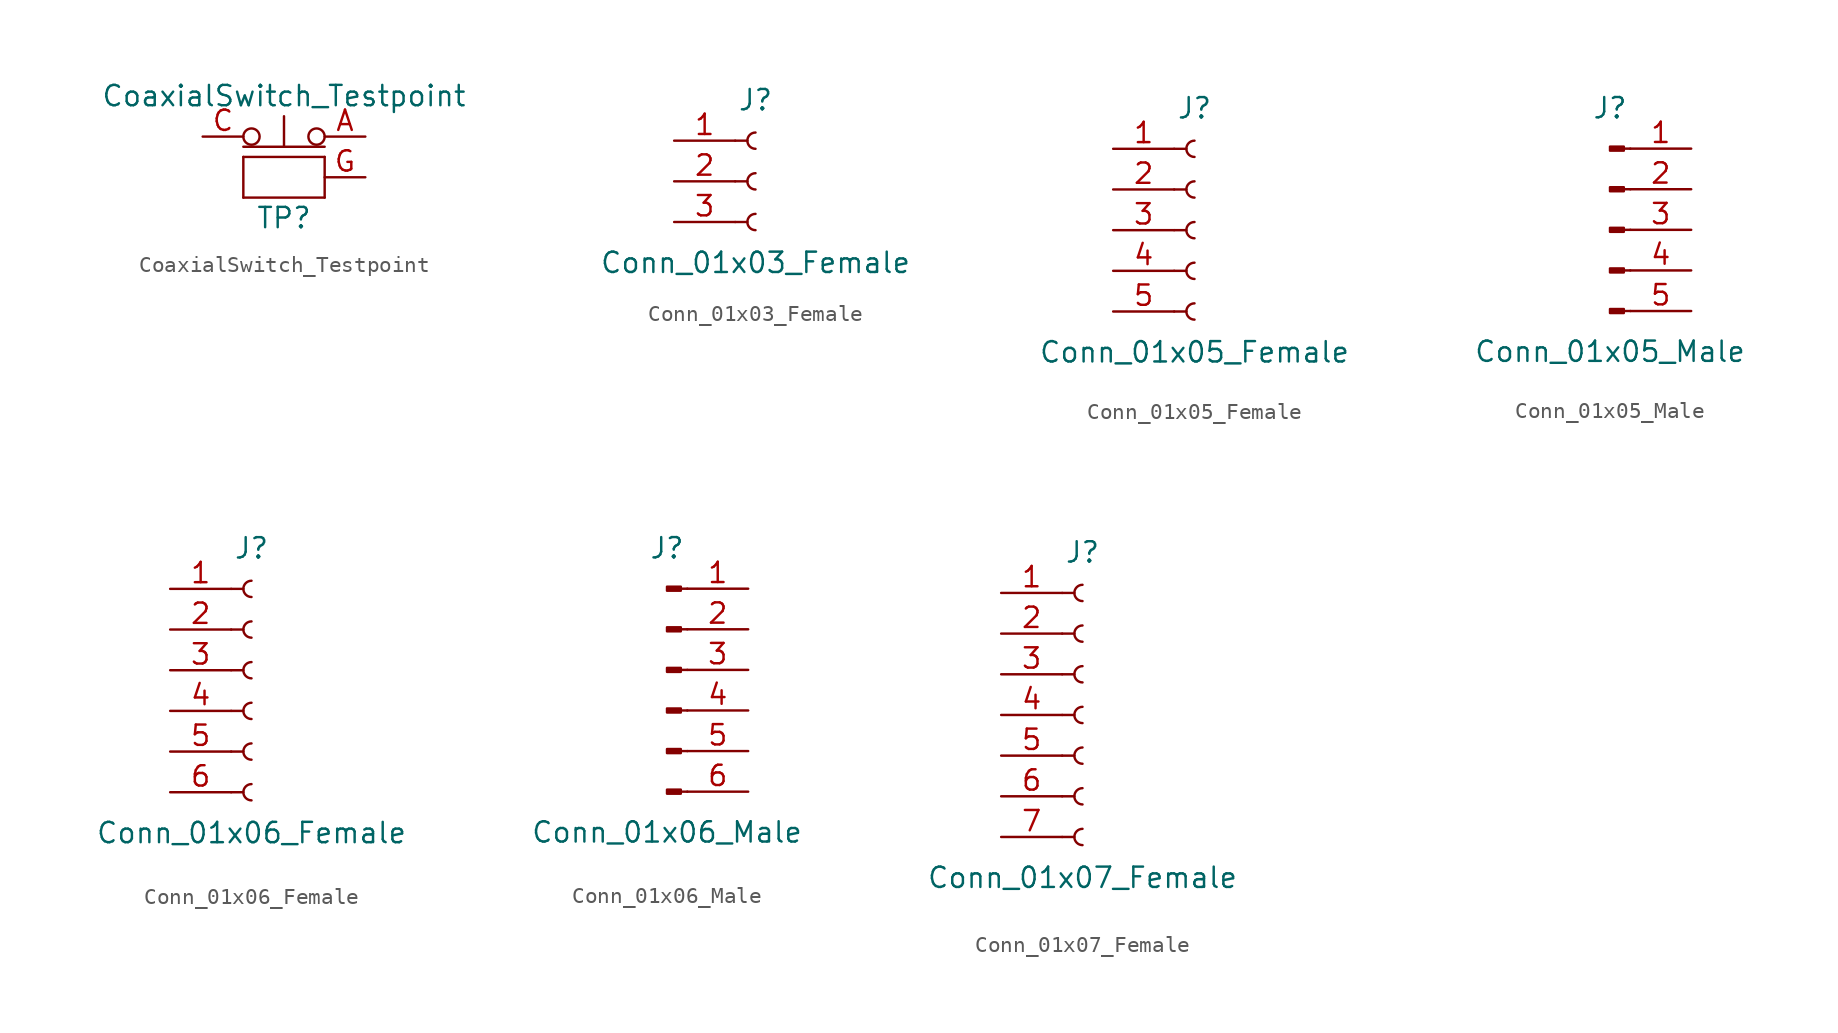
<source format=kicad_sym>
(kicad_symbol_lib
  (version 20220914)
  (generator kicad_symbol_editor)
  (symbol "CoaxialSwitch_Testpoint"
    (pin_names
      (offset 1.016) hide)
    (property "Reference" "TP"
      (at 0 -3.81 0)
      (effects (font (size 1.27 1.27))))
    (property "Value" "CoaxialSwitch_Testpoint"
      (at 0 3.81 0)
      (effects (font (size 1.27 1.27))))
    (symbol "CoaxialSwitch_Testpoint_0_1"
      (rectangle (start -2.54 -2.54) (end 2.54 -2.54) (stroke (width 0) (type solid)) (fill (type none)))
      (rectangle (start -2.54 0) (end -2.54 -2.54) (stroke (width 0) (type solid)) (fill (type none)))
      (rectangle (start 2.54 0) (end -2.54 0) (stroke (width 0) (type solid)) (fill (type none)))
      (rectangle (start 2.54 0) (end 2.54 -2.54) (stroke (width 0) (type solid)) (fill (type none))))
    (symbol "CoaxialSwitch_Testpoint_1_1"
      (circle (center -2.032 1.27) (radius 0.508) (stroke (width 0) (type solid)) (fill (type none)))
      (polyline (pts (xy -2.54 0.635) (xy 2.54 0.635)) (stroke (width 0) (type solid)) (fill (type none)))
      (polyline (pts (xy 0 0.635) (xy 0 2.54)) (stroke (width 0) (type solid)) (fill (type none)))
      (circle (center 2.032 1.27) (radius 0.508) (stroke (width 0) (type solid)) (fill (type none)))
      (pin passive line (at 5.08 1.27 180) (length 2.54) (name "A" (effects (font (size 1.27 1.27)))) (number "A" (effects (font (size 1.27 1.27)))))
      (pin passive line (at -5.08 1.27 0) (length 2.54) (name "C" (effects (font (size 1.27 1.27)))) (number "C" (effects (font (size 1.27 1.27)))))
      (pin passive line (at 5.08 -1.27 180) (length 2.54) (name "G" (effects (font (size 1.27 1.27)))) (number "G" (effects (font (size 1.27 1.27)))))))
  (symbol "Conn_01x03_Female"
    (pin_names
      (offset 1.016) hide)
    (property "Reference" "J"
      (at 0 5.08 0)
      (effects (font (size 1.27 1.27))))
    (property "Value" "Conn_01x03_Female"
      (at 0 -5.08 0)
      (effects (font (size 1.27 1.27))))
    (symbol "Conn_01x03_Female_1_1"
      (arc (start 0 -2.032) (mid -0.5058 -2.54) (end 0 -3.048) (stroke (width 0.1524) (type solid)) (fill (type none)))
      (polyline (pts (xy -1.27 -2.54) (xy -0.508 -2.54)) (stroke (width 0.152) (type solid)) (fill (type none)))
      (polyline (pts (xy -1.27 0) (xy -0.508 0)) (stroke (width 0.152) (type solid)) (fill (type none)))
      (polyline (pts (xy -1.27 2.54) (xy -0.508 2.54)) (stroke (width 0.152) (type solid)) (fill (type none)))
      (arc (start 0 0.508) (mid -0.5058 0) (end 0 -0.508) (stroke (width 0.1524) (type solid)) (fill (type none)))
      (arc (start 0 3.048) (mid -0.5058 2.54) (end 0 2.032) (stroke (width 0.1524) (type solid)) (fill (type none)))
      (pin passive line (at -5.08 2.54 0) (length 3.81) (name "Pin_1" (effects (font (size 1.27 1.27)))) (number "1" (effects (font (size 1.27 1.27)))))
      (pin passive line (at -5.08 0 0) (length 3.81) (name "Pin_2" (effects (font (size 1.27 1.27)))) (number "2" (effects (font (size 1.27 1.27)))))
      (pin passive line (at -5.08 -2.54 0) (length 3.81) (name "Pin_3" (effects (font (size 1.27 1.27)))) (number "3" (effects (font (size 1.27 1.27)))))))
  (symbol "Conn_01x05_Female"
    (pin_names
      (offset 1.016) hide)
    (property "Reference" "J"
      (at 0 7.62 0)
      (effects (font (size 1.27 1.27))))
    (property "Value" "Conn_01x05_Female"
      (at 0 -7.62 0)
      (effects (font (size 1.27 1.27))))
    (symbol "Conn_01x05_Female_1_1"
      (arc (start 0 -4.572) (mid -0.5058 -5.08) (end 0 -5.588) (stroke (width 0.1524) (type solid)) (fill (type none)))
      (arc (start 0 -2.032) (mid -0.5058 -2.54) (end 0 -3.048) (stroke (width 0.1524) (type solid)) (fill (type none)))
      (polyline (pts (xy -1.27 -5.08) (xy -0.508 -5.08)) (stroke (width 0.152) (type solid)) (fill (type none)))
      (polyline (pts (xy -1.27 -2.54) (xy -0.508 -2.54)) (stroke (width 0.152) (type solid)) (fill (type none)))
      (polyline (pts (xy -1.27 0) (xy -0.508 0)) (stroke (width 0.152) (type solid)) (fill (type none)))
      (polyline (pts (xy -1.27 2.54) (xy -0.508 2.54)) (stroke (width 0.152) (type solid)) (fill (type none)))
      (polyline (pts (xy -1.27 5.08) (xy -0.508 5.08)) (stroke (width 0.152) (type solid)) (fill (type none)))
      (arc (start 0 0.508) (mid -0.5058 0) (end 0 -0.508) (stroke (width 0.1524) (type solid)) (fill (type none)))
      (arc (start 0 3.048) (mid -0.5058 2.54) (end 0 2.032) (stroke (width 0.1524) (type solid)) (fill (type none)))
      (arc (start 0 5.588) (mid -0.5058 5.08) (end 0 4.572) (stroke (width 0.1524) (type solid)) (fill (type none)))
      (pin passive line (at -5.08 5.08 0) (length 3.81) (name "Pin_1" (effects (font (size 1.27 1.27)))) (number "1" (effects (font (size 1.27 1.27)))))
      (pin passive line (at -5.08 2.54 0) (length 3.81) (name "Pin_2" (effects (font (size 1.27 1.27)))) (number "2" (effects (font (size 1.27 1.27)))))
      (pin passive line (at -5.08 0 0) (length 3.81) (name "Pin_3" (effects (font (size 1.27 1.27)))) (number "3" (effects (font (size 1.27 1.27)))))
      (pin passive line (at -5.08 -2.54 0) (length 3.81) (name "Pin_4" (effects (font (size 1.27 1.27)))) (number "4" (effects (font (size 1.27 1.27)))))
      (pin passive line (at -5.08 -5.08 0) (length 3.81) (name "Pin_5" (effects (font (size 1.27 1.27)))) (number "5" (effects (font (size 1.27 1.27)))))))
  (symbol "Conn_01x05_Male"
    (pin_names
      (offset 1.016) hide)
    (property "Reference" "J"
      (at 0 7.62 0)
      (effects (font (size 1.27 1.27))))
    (property "Value" "Conn_01x05_Male"
      (at 0 -7.62 0)
      (effects (font (size 1.27 1.27))))
    (symbol "Conn_01x05_Male_1_1"
      (polyline (pts (xy 1.27 -5.08) (xy 0.864 -5.08)) (stroke (width 0.152) (type solid)) (fill (type none)))
      (polyline (pts (xy 1.27 -2.54) (xy 0.864 -2.54)) (stroke (width 0.152) (type solid)) (fill (type none)))
      (polyline (pts (xy 1.27 0) (xy 0.864 0)) (stroke (width 0.152) (type solid)) (fill (type none)))
      (polyline (pts (xy 1.27 2.54) (xy 0.864 2.54)) (stroke (width 0.152) (type solid)) (fill (type none)))
      (polyline (pts (xy 1.27 5.08) (xy 0.864 5.08)) (stroke (width 0.152) (type solid)) (fill (type none)))
      (rectangle (start 0.864 -4.953) (end 0 -5.207) (stroke (width 0.152) (type solid)) (fill (type outline)))
      (rectangle (start 0.864 -2.413) (end 0 -2.667) (stroke (width 0.152) (type solid)) (fill (type outline)))
      (rectangle (start 0.864 0.127) (end 0 -0.127) (stroke (width 0.152) (type solid)) (fill (type outline)))
      (rectangle (start 0.864 2.667) (end 0 2.413) (stroke (width 0.152) (type solid)) (fill (type outline)))
      (rectangle (start 0.864 5.207) (end 0 4.953) (stroke (width 0.152) (type solid)) (fill (type outline)))
      (pin passive line (at 5.08 5.08 180) (length 3.81) (name "Pin_1" (effects (font (size 1.27 1.27)))) (number "1" (effects (font (size 1.27 1.27)))))
      (pin passive line (at 5.08 2.54 180) (length 3.81) (name "Pin_2" (effects (font (size 1.27 1.27)))) (number "2" (effects (font (size 1.27 1.27)))))
      (pin passive line (at 5.08 0 180) (length 3.81) (name "Pin_3" (effects (font (size 1.27 1.27)))) (number "3" (effects (font (size 1.27 1.27)))))
      (pin passive line (at 5.08 -2.54 180) (length 3.81) (name "Pin_4" (effects (font (size 1.27 1.27)))) (number "4" (effects (font (size 1.27 1.27)))))
      (pin passive line (at 5.08 -5.08 180) (length 3.81) (name "Pin_5" (effects (font (size 1.27 1.27)))) (number "5" (effects (font (size 1.27 1.27)))))))
  (symbol "Conn_01x06_Female"
    (pin_names
      (offset 1.016) hide)
    (property "Reference" "J"
      (at 0 7.62 0)
      (effects (font (size 1.27 1.27))))
    (property "Value" "Conn_01x06_Female"
      (at 0 -10.16 0)
      (effects (font (size 1.27 1.27))))
    (symbol "Conn_01x06_Female_1_1"
      (arc (start 0 -7.112) (mid -0.5058 -7.62) (end 0 -8.128) (stroke (width 0.1524) (type solid)) (fill (type none)))
      (arc (start 0 -4.572) (mid -0.5058 -5.08) (end 0 -5.588) (stroke (width 0.1524) (type solid)) (fill (type none)))
      (arc (start 0 -2.032) (mid -0.5058 -2.54) (end 0 -3.048) (stroke (width 0.1524) (type solid)) (fill (type none)))
      (polyline (pts (xy -1.27 -7.62) (xy -0.508 -7.62)) (stroke (width 0.152) (type solid)) (fill (type none)))
      (polyline (pts (xy -1.27 -5.08) (xy -0.508 -5.08)) (stroke (width 0.152) (type solid)) (fill (type none)))
      (polyline (pts (xy -1.27 -2.54) (xy -0.508 -2.54)) (stroke (width 0.152) (type solid)) (fill (type none)))
      (polyline (pts (xy -1.27 0) (xy -0.508 0)) (stroke (width 0.152) (type solid)) (fill (type none)))
      (polyline (pts (xy -1.27 2.54) (xy -0.508 2.54)) (stroke (width 0.152) (type solid)) (fill (type none)))
      (polyline (pts (xy -1.27 5.08) (xy -0.508 5.08)) (stroke (width 0.152) (type solid)) (fill (type none)))
      (arc (start 0 0.508) (mid -0.5058 0) (end 0 -0.508) (stroke (width 0.1524) (type solid)) (fill (type none)))
      (arc (start 0 3.048) (mid -0.5058 2.54) (end 0 2.032) (stroke (width 0.1524) (type solid)) (fill (type none)))
      (arc (start 0 5.588) (mid -0.5058 5.08) (end 0 4.572) (stroke (width 0.1524) (type solid)) (fill (type none)))
      (pin passive line (at -5.08 5.08 0) (length 3.81) (name "Pin_1" (effects (font (size 1.27 1.27)))) (number "1" (effects (font (size 1.27 1.27)))))
      (pin passive line (at -5.08 2.54 0) (length 3.81) (name "Pin_2" (effects (font (size 1.27 1.27)))) (number "2" (effects (font (size 1.27 1.27)))))
      (pin passive line (at -5.08 0 0) (length 3.81) (name "Pin_3" (effects (font (size 1.27 1.27)))) (number "3" (effects (font (size 1.27 1.27)))))
      (pin passive line (at -5.08 -2.54 0) (length 3.81) (name "Pin_4" (effects (font (size 1.27 1.27)))) (number "4" (effects (font (size 1.27 1.27)))))
      (pin passive line (at -5.08 -5.08 0) (length 3.81) (name "Pin_5" (effects (font (size 1.27 1.27)))) (number "5" (effects (font (size 1.27 1.27)))))
      (pin passive line (at -5.08 -7.62 0) (length 3.81) (name "Pin_6" (effects (font (size 1.27 1.27)))) (number "6" (effects (font (size 1.27 1.27)))))))
  (symbol "Conn_01x06_Male"
    (pin_names
      (offset 1.016) hide)
    (property "Reference" "J"
      (at 0 7.62 0)
      (effects (font (size 1.27 1.27))))
    (property "Value" "Conn_01x06_Male"
      (at 0 -10.16 0)
      (effects (font (size 1.27 1.27))))
    (symbol "Conn_01x06_Male_1_1"
      (polyline (pts (xy 1.27 -7.62) (xy 0.864 -7.62)) (stroke (width 0.152) (type solid)) (fill (type none)))
      (polyline (pts (xy 1.27 -5.08) (xy 0.864 -5.08)) (stroke (width 0.152) (type solid)) (fill (type none)))
      (polyline (pts (xy 1.27 -2.54) (xy 0.864 -2.54)) (stroke (width 0.152) (type solid)) (fill (type none)))
      (polyline (pts (xy 1.27 0) (xy 0.864 0)) (stroke (width 0.152) (type solid)) (fill (type none)))
      (polyline (pts (xy 1.27 2.54) (xy 0.864 2.54)) (stroke (width 0.152) (type solid)) (fill (type none)))
      (polyline (pts (xy 1.27 5.08) (xy 0.864 5.08)) (stroke (width 0.152) (type solid)) (fill (type none)))
      (rectangle (start 0.864 -7.493) (end 0 -7.747) (stroke (width 0.152) (type solid)) (fill (type outline)))
      (rectangle (start 0.864 -4.953) (end 0 -5.207) (stroke (width 0.152) (type solid)) (fill (type outline)))
      (rectangle (start 0.864 -2.413) (end 0 -2.667) (stroke (width 0.152) (type solid)) (fill (type outline)))
      (rectangle (start 0.864 0.127) (end 0 -0.127) (stroke (width 0.152) (type solid)) (fill (type outline)))
      (rectangle (start 0.864 2.667) (end 0 2.413) (stroke (width 0.152) (type solid)) (fill (type outline)))
      (rectangle (start 0.864 5.207) (end 0 4.953) (stroke (width 0.152) (type solid)) (fill (type outline)))
      (pin passive line (at 5.08 5.08 180) (length 3.81) (name "Pin_1" (effects (font (size 1.27 1.27)))) (number "1" (effects (font (size 1.27 1.27)))))
      (pin passive line (at 5.08 2.54 180) (length 3.81) (name "Pin_2" (effects (font (size 1.27 1.27)))) (number "2" (effects (font (size 1.27 1.27)))))
      (pin passive line (at 5.08 0 180) (length 3.81) (name "Pin_3" (effects (font (size 1.27 1.27)))) (number "3" (effects (font (size 1.27 1.27)))))
      (pin passive line (at 5.08 -2.54 180) (length 3.81) (name "Pin_4" (effects (font (size 1.27 1.27)))) (number "4" (effects (font (size 1.27 1.27)))))
      (pin passive line (at 5.08 -5.08 180) (length 3.81) (name "Pin_5" (effects (font (size 1.27 1.27)))) (number "5" (effects (font (size 1.27 1.27)))))
      (pin passive line (at 5.08 -7.62 180) (length 3.81) (name "Pin_6" (effects (font (size 1.27 1.27)))) (number "6" (effects (font (size 1.27 1.27)))))))
  (symbol "Conn_01x07_Female"
    (pin_names
      (offset 1.016) hide)
    (property "Reference" "J"
      (at 0 10.16 0)
      (effects (font (size 1.27 1.27))))
    (property "Value" "Conn_01x07_Female"
      (at 0 -10.16 0)
      (effects (font (size 1.27 1.27))))
    (symbol "Conn_01x07_Female_1_1"
      (arc (start 0 -7.112) (mid -0.5058 -7.62) (end 0 -8.128) (stroke (width 0.1524) (type solid)) (fill (type none)))
      (arc (start 0 -4.572) (mid -0.5058 -5.08) (end 0 -5.588) (stroke (width 0.1524) (type solid)) (fill (type none)))
      (arc (start 0 -2.032) (mid -0.5058 -2.54) (end 0 -3.048) (stroke (width 0.1524) (type solid)) (fill (type none)))
      (polyline (pts (xy -1.27 -7.62) (xy -0.508 -7.62)) (stroke (width 0.152) (type solid)) (fill (type none)))
      (polyline (pts (xy -1.27 -5.08) (xy -0.508 -5.08)) (stroke (width 0.152) (type solid)) (fill (type none)))
      (polyline (pts (xy -1.27 -2.54) (xy -0.508 -2.54)) (stroke (width 0.152) (type solid)) (fill (type none)))
      (polyline (pts (xy -1.27 0) (xy -0.508 0)) (stroke (width 0.152) (type solid)) (fill (type none)))
      (polyline (pts (xy -1.27 2.54) (xy -0.508 2.54)) (stroke (width 0.152) (type solid)) (fill (type none)))
      (polyline (pts (xy -1.27 5.08) (xy -0.508 5.08)) (stroke (width 0.152) (type solid)) (fill (type none)))
      (polyline (pts (xy -1.27 7.62) (xy -0.508 7.62)) (stroke (width 0.152) (type solid)) (fill (type none)))
      (arc (start 0 0.508) (mid -0.5058 0) (end 0 -0.508) (stroke (width 0.1524) (type solid)) (fill (type none)))
      (arc (start 0 3.048) (mid -0.5058 2.54) (end 0 2.032) (stroke (width 0.1524) (type solid)) (fill (type none)))
      (arc (start 0 5.588) (mid -0.5058 5.08) (end 0 4.572) (stroke (width 0.1524) (type solid)) (fill (type none)))
      (arc (start 0 8.128) (mid -0.5058 7.62) (end 0 7.112) (stroke (width 0.1524) (type solid)) (fill (type none)))
      (pin passive line (at -5.08 7.62 0) (length 3.81) (name "Pin_1" (effects (font (size 1.27 1.27)))) (number "1" (effects (font (size 1.27 1.27)))))
      (pin passive line (at -5.08 5.08 0) (length 3.81) (name "Pin_2" (effects (font (size 1.27 1.27)))) (number "2" (effects (font (size 1.27 1.27)))))
      (pin passive line (at -5.08 2.54 0) (length 3.81) (name "Pin_3" (effects (font (size 1.27 1.27)))) (number "3" (effects (font (size 1.27 1.27)))))
      (pin passive line (at -5.08 0 0) (length 3.81) (name "Pin_4" (effects (font (size 1.27 1.27)))) (number "4" (effects (font (size 1.27 1.27)))))
      (pin passive line (at -5.08 -2.54 0) (length 3.81) (name "Pin_5" (effects (font (size 1.27 1.27)))) (number "5" (effects (font (size 1.27 1.27)))))
      (pin passive line (at -5.08 -5.08 0) (length 3.81) (name "Pin_6" (effects (font (size 1.27 1.27)))) (number "6" (effects (font (size 1.27 1.27)))))
      (pin passive line (at -5.08 -7.62 0) (length 3.81) (name "Pin_7" (effects (font (size 1.27 1.27)))) (number "7" (effects (font (size 1.27 1.27))))))))
</source>
